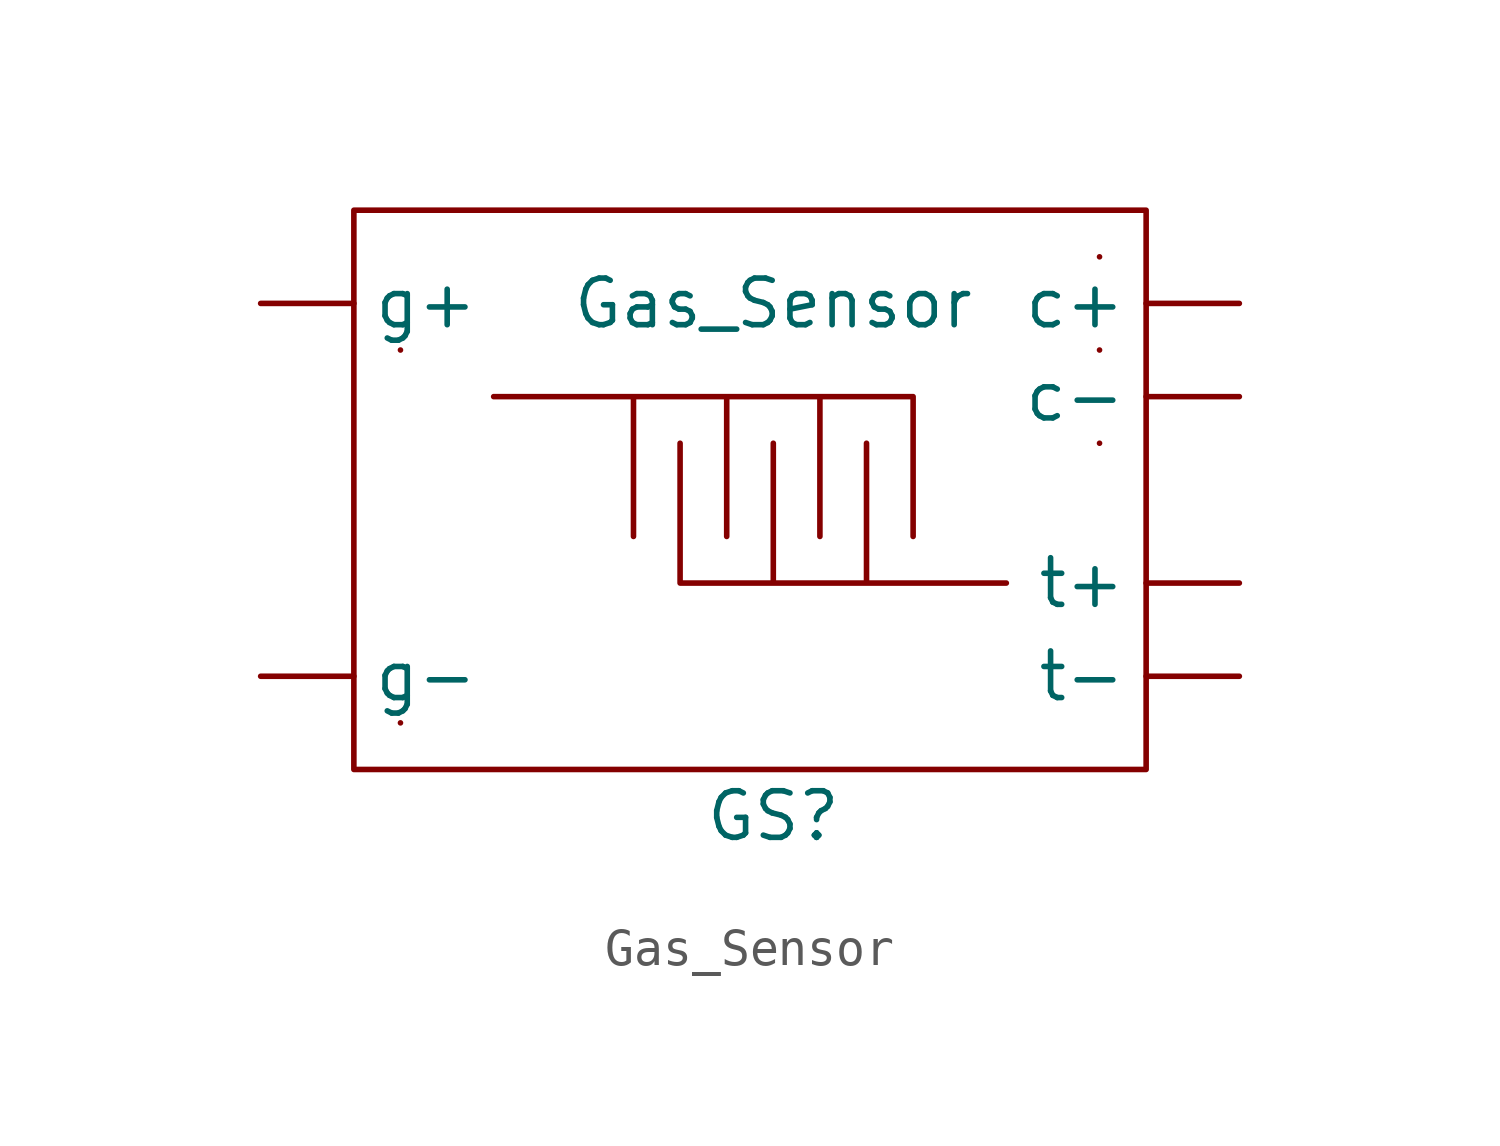
<source format=kicad_sym>
(kicad_symbol_lib
  (version 20211014)
  (generator kicad_symbol_editor)
  (symbol "Gas_Sensor"
    (property "Reference" "GS"
      (at 0 -10.16 0)
      (effects (font (size 1.27 1.27))))
    (property "Value" "Gas_Sensor"
      (at 0 3.81 0)
      (effects (font (size 1.27 1.27))))
    (symbol "Gas_Sensor_0_1"
      (rectangle (start -11.43 6.35) (end 10.16 -8.89) (stroke (width 0) (type default) (color 0 0 0 0)) (fill (type none)))
      (rectangle (start -10.16 -7.62) (end -10.16 -7.62) (stroke (width 0) (type default) (color 0 0 0 0)) (fill (type none)))
      (rectangle (start -10.16 2.54) (end -10.16 2.54) (stroke (width 0) (type default) (color 0 0 0 0)) (fill (type none)))
      (polyline (pts (xy -2.54 0) (xy -2.54 -3.81) (xy 5.08 -3.81) (xy 2.54 -3.81) (xy 2.54 0) (xy 2.54 -3.81) (xy 0 -3.81) (xy 0 0) (xy 0 -3.81) (xy 6.35 -3.81)) (stroke (width 0) (type default) (color 0 0 0 0)) (fill (type none)))
      (polyline (pts (xy -6.35 1.27) (xy -7.62 1.27) (xy -6.35 1.27) (xy 3.81 1.27) (xy 3.81 -2.54) (xy 3.81 1.27) (xy 1.27 1.27) (xy 1.27 -2.54) (xy 1.27 1.27) (xy -1.27 1.27) (xy -1.27 -2.54) (xy -1.27 1.27) (xy -3.81 1.27) (xy -3.81 -2.54)) (stroke (width 0) (type default) (color 0 0 0 0)) (fill (type none)))
      (rectangle (start 8.89 0) (end 8.89 0) (stroke (width 0) (type default) (color 0 0 0 0)) (fill (type none)))
      (rectangle (start 8.89 2.54) (end 8.89 2.54) (stroke (width 0) (type default) (color 0 0 0 0)) (fill (type none)))
      (rectangle (start 8.89 5.08) (end 8.89 5.08) (stroke (width 0) (type default) (color 0 0 0 0)) (fill (type none))))
    (symbol "Gas_Sensor_1_1"
      (pin passive line (at 12.7 3.81 180) (length 2.54) (name "c+" (effects (font (size 1.27 1.27)))) (number "" (effects (font (size 1.27 1.27)))))
      (pin passive line (at 12.7 1.27 180) (length 2.54) (name "c-" (effects (font (size 1.27 1.27)))) (number "" (effects (font (size 1.27 1.27)))))
      (pin passive line (at -13.97 3.81 0) (length 2.54) (name "g+" (effects (font (size 1.27 1.27)))) (number "" (effects (font (size 1.27 1.27)))))
      (pin passive line (at -13.97 -6.35 0) (length 2.54) (name "g-" (effects (font (size 1.27 1.27)))) (number "" (effects (font (size 1.27 1.27)))))
      (pin passive line (at 12.7 -3.81 180) (length 2.54) (name "t+" (effects (font (size 1.27 1.27)))) (number "" (effects (font (size 1.27 1.27)))))
      (pin passive line (at 12.7 -6.35 180) (length 2.54) (name "t-" (effects (font (size 1.27 1.27)))) (number "" (effects (font (size 1.27 1.27))))))))
</source>
